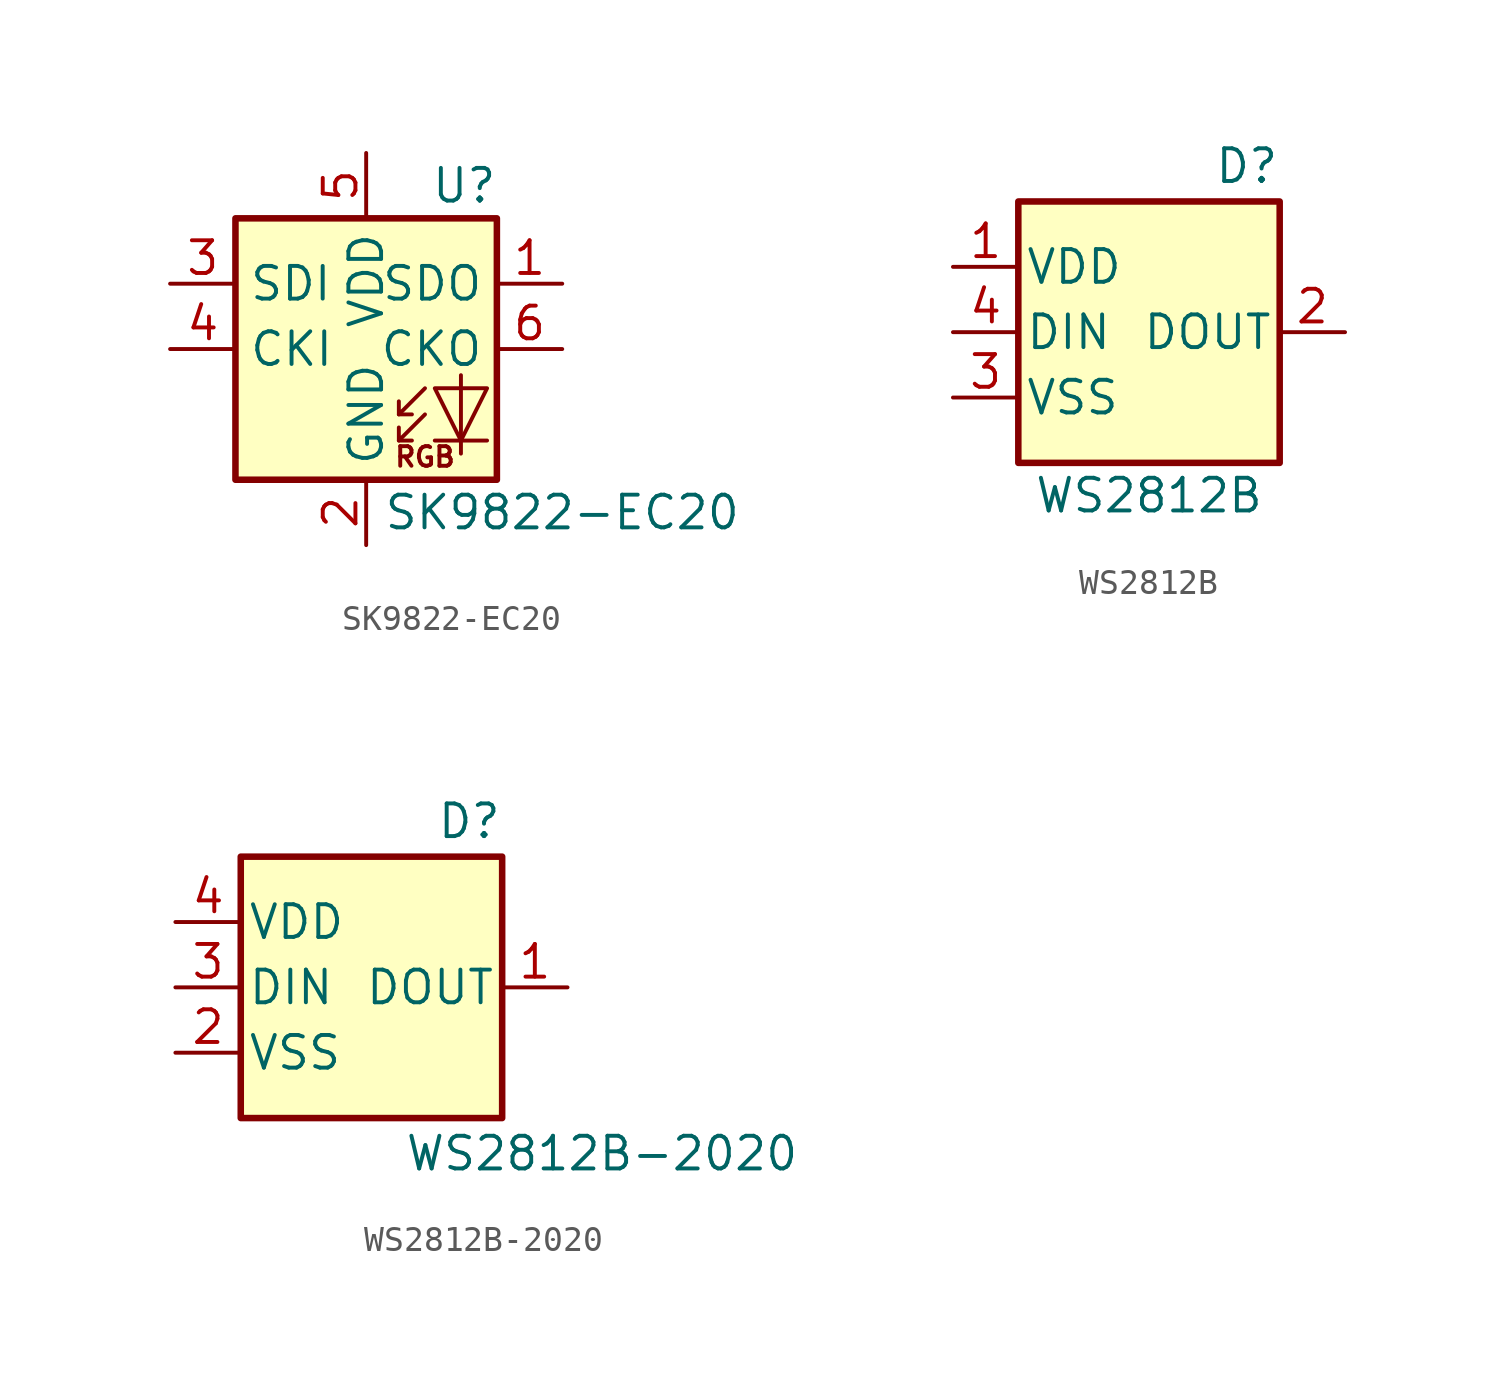
<source format=kicad_sym>
(kicad_symbol_lib
  (version 20220331)
  (generator kicad_symbol_editor)
  (symbol "SK9822-EC20"
    (property "Reference" "U"
      (at 3.81 6.35 0)
      (effects (font (size 1.27 1.27))))
    (property "Value" "SK9822-EC20"
      (at 7.62 -6.35 0)
      (effects (font (size 1.27 1.27))))
    (symbol "SK9822-EC20_0_0"
      (text "RGB" (at 2.286 -4.191 0) (effects (font (size 0.762 0.762)))))
    (symbol "SK9822-EC20_0_1"
      (polyline (pts (xy 1.27 -3.556) (xy 1.778 -3.556)) (stroke (width 0) (type default)) (fill (type none)))
      (polyline (pts (xy 1.27 -2.54) (xy 1.778 -2.54)) (stroke (width 0) (type default)) (fill (type none)))
      (polyline (pts (xy 4.699 -3.556) (xy 2.667 -3.556)) (stroke (width 0) (type default)) (fill (type none)))
      (polyline (pts (xy 2.286 -2.54) (xy 1.27 -3.556) (xy 1.27 -3.048)) (stroke (width 0) (type default)) (fill (type none)))
      (polyline (pts (xy 2.286 -1.524) (xy 1.27 -2.54) (xy 1.27 -2.032)) (stroke (width 0) (type default)) (fill (type none)))
      (polyline (pts (xy 3.683 -1.016) (xy 3.683 -3.556) (xy 3.683 -4.064)) (stroke (width 0) (type default)) (fill (type none)))
      (polyline (pts (xy 4.699 -1.524) (xy 2.667 -1.524) (xy 3.683 -3.556) (xy 4.699 -1.524)) (stroke (width 0) (type default)) (fill (type none)))
      (rectangle (start 5.08 5.08) (end -5.08 -5.08) (stroke (width 0.254) (type default)) (fill (type background))))
    (symbol "SK9822-EC20_1_1"
      (pin output line (at 7.62 2.54 180) (length 2.54) (name "SDO" (effects (font (size 1.27 1.27)))) (number "1" (effects (font (size 1.27 1.27)))))
      (pin power_in line (at 0 -7.62 90) (length 2.54) (name "GND" (effects (font (size 1.27 1.27)))) (number "2" (effects (font (size 1.27 1.27)))))
      (pin input line (at -7.62 2.54 0) (length 2.54) (name "SDI" (effects (font (size 1.27 1.27)))) (number "3" (effects (font (size 1.27 1.27)))))
      (pin input line (at -7.62 0 0) (length 2.54) (name "CKI" (effects (font (size 1.27 1.27)))) (number "4" (effects (font (size 1.27 1.27)))))
      (pin power_in line (at 0 7.62 270) (length 2.54) (name "VDD" (effects (font (size 1.27 1.27)))) (number "5" (effects (font (size 1.27 1.27)))))
      (pin output line (at 7.62 0 180) (length 2.54) (name "CKO" (effects (font (size 1.27 1.27)))) (number "6" (effects (font (size 1.27 1.27)))))))
  (symbol "WS2812B"
    (pin_names
      (offset 0.254))
    (property "Reference" "D"
      (at 5.08 5.715 0)
      (effects (font (size 1.27 1.27)) (justify right bottom)))
    (property "Value" "WS2812B"
      (at 0 -6.35 0)
      (effects (font (size 1.27 1.27))))
    (symbol "WS2812B_0_1"
      (rectangle (start 5.08 5.08) (end -5.08 -5.08) (stroke (width 0.254) (type default)) (fill (type background))))
    (symbol "WS2812B_1_1"
      (pin power_in line (at -7.62 2.54 0) (length 2.54) (name "VDD" (effects (font (size 1.27 1.27)))) (number "1" (effects (font (size 1.27 1.27)))))
      (pin output line (at 7.62 0 180) (length 2.54) (name "DOUT" (effects (font (size 1.27 1.27)))) (number "2" (effects (font (size 1.27 1.27)))))
      (pin power_in line (at -7.62 -2.54 0) (length 2.54) (name "VSS" (effects (font (size 1.27 1.27)))) (number "3" (effects (font (size 1.27 1.27)))))
      (pin input line (at -7.62 0 0) (length 2.54) (name "DIN" (effects (font (size 1.27 1.27)))) (number "4" (effects (font (size 1.27 1.27)))))))
  (symbol "WS2812B-2020"
    (pin_names
      (offset 0.254))
    (property "Reference" "D"
      (at 5.08 5.715 0)
      (effects (font (size 1.27 1.27)) (justify right bottom)))
    (property "Value" "WS2812B-2020"
      (at 1.27 -5.715 0)
      (effects (font (size 1.27 1.27)) (justify left top)))
    (symbol "WS2812B-2020_0_1"
      (rectangle (start -5.08 5.08) (end 5.08 -5.08) (stroke (width 0.254) (type default)) (fill (type background))))
    (symbol "WS2812B-2020_1_1"
      (pin output line (at 7.62 0 180) (length 2.54) (name "DOUT" (effects (font (size 1.27 1.27)))) (number "1" (effects (font (size 1.27 1.27)))))
      (pin power_in line (at -7.62 -2.54 0) (length 2.54) (name "VSS" (effects (font (size 1.27 1.27)))) (number "2" (effects (font (size 1.27 1.27)))))
      (pin input line (at -7.62 0 0) (length 2.54) (name "DIN" (effects (font (size 1.27 1.27)))) (number "3" (effects (font (size 1.27 1.27)))))
      (pin power_in line (at -7.62 2.54 0) (length 2.54) (name "VDD" (effects (font (size 1.27 1.27)))) (number "4" (effects (font (size 1.27 1.27))))))))
</source>
